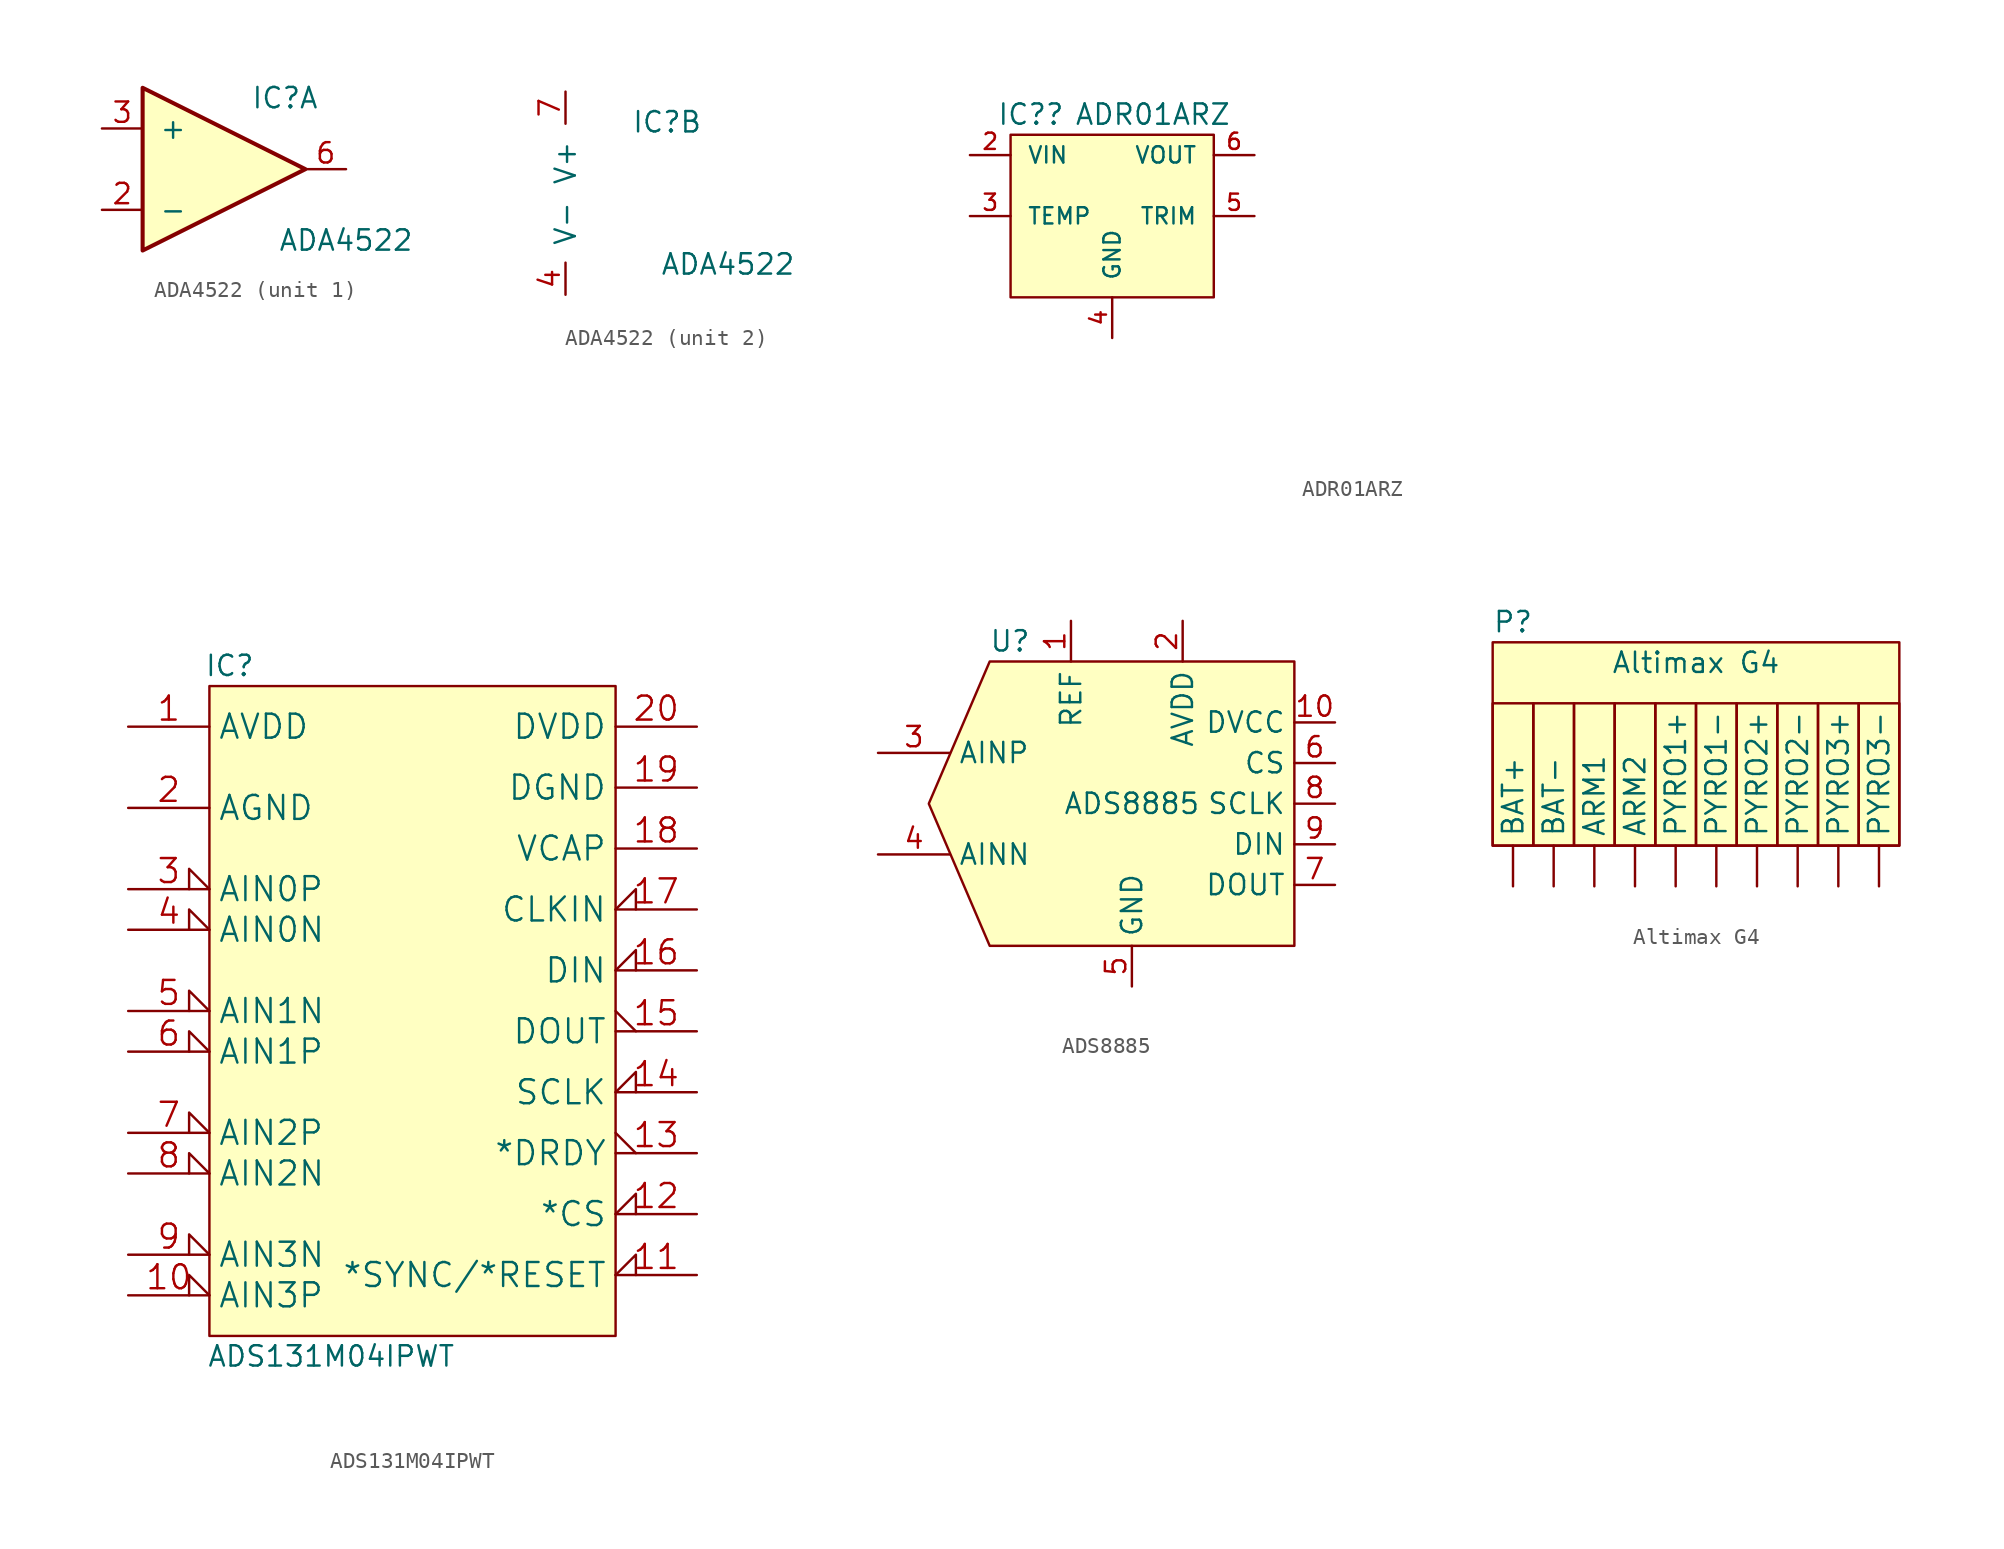
<source format=kicad_sym>
(kicad_symbol_lib
  (version 20220914)
  (generator kicad_symbol_editor)
  (symbol "ADA4522"
    (pin_names
      (offset 1.016))
    (property "Reference" "IC"
      (at 6.35 4.445 0)
      (effects (font (size 1.27 1.27))))
    (property "Value" "ADA4522"
      (at 10.16 -4.445 0)
      (effects (font (size 1.27 1.27))))
    (property "ki_locked" ""
      (at 0 0 0)
      (effects (font (size 1.27 1.27))))
    (symbol "ADA4522_1_1"
      (polyline (pts (xy -2.54 5.08) (xy 7.62 0) (xy -2.54 -5.08) (xy -2.54 5.08)) (stroke (width 0.254) (type default)) (fill (type background)))
      (pin no_connect line (at 0 2.54 270) (length 2.54) hide (name "NC" (effects (font (size 1.27 1.27)))) (number "1" (effects (font (size 1.27 1.27)))))
      (pin input line (at -5.08 -2.54 0) (length 2.54) (name "-" (effects (font (size 1.27 1.27)))) (number "2" (effects (font (size 1.27 1.27)))))
      (pin input line (at -5.08 2.54 0) (length 2.54) (name "+" (effects (font (size 1.27 1.27)))) (number "3" (effects (font (size 1.27 1.27)))))
      (pin no_connect line (at 2.54 2.54 270) (length 2.54) hide (name "NC" (effects (font (size 1.27 1.27)))) (number "5" (effects (font (size 1.27 1.27)))))
      (pin output line (at 10.16 0 180) (length 2.54) (name "~" (effects (font (size 1.27 1.27)))) (number "6" (effects (font (size 1.27 1.27)))))
      (pin no_connect line (at 2.54 -2.54 90) (length 2.54) hide (name "NC" (effects (font (size 1.27 1.27)))) (number "8" (effects (font (size 1.27 1.27))))))
    (symbol "ADA4522_2_1"
      (pin power_in line (at 0 -6.35 90) (length 2.007) (name "V-" (effects (font (size 1.27 1.27)))) (number "4" (effects (font (size 1.27 1.27)))))
      (pin power_in line (at 0 6.35 270) (length 2.007) (name "V+" (effects (font (size 1.27 1.27)))) (number "7" (effects (font (size 1.27 1.27)))))))
  (symbol "ADR01ARZ"
    (pin_names
      (offset 1.016))
    (property "Reference" "IC?"
      (at -5.08 6.35 0)
      (effects (font (size 1.27 1.27))))
    (property "Value" "ADR01ARZ"
      (at 2.54 6.35 0)
      (effects (font (size 1.27 1.27))))
    (property "ki_locked" ""
      (at 0 0 0)
      (effects (font (size 1.27 1.27))))
    (symbol "ADR01ARZ_0_0"
      (rectangle (start -6.35 5.08) (end 6.35 -5.08) (stroke (width 0) (type default)) (fill (type background)))
      (pin no_connect line (at 21.59 -11.43 0) (length 5.08) hide (name "NIC" (effects (font (size 1.016 1.016)))) (number "1" (effects (font (size 1.016 1.016)))))
      (pin input line (at -8.89 3.81 0) (length 2.54) (name "VIN" (effects (font (size 1.016 1.016)))) (number "2" (effects (font (size 1.016 1.016)))))
      (pin passive line (at -8.89 0 0) (length 2.54) (name "TEMP" (effects (font (size 1.016 1.016)))) (number "3" (effects (font (size 1.016 1.016)))))
      (pin passive line (at 0 -7.62 90) (length 2.54) (name "GND" (effects (font (size 1.016 1.016)))) (number "4" (effects (font (size 1.016 1.016)))))
      (pin passive line (at 8.89 0 180) (length 2.54) (name "TRIM" (effects (font (size 1.016 1.016)))) (number "5" (effects (font (size 1.016 1.016)))))
      (pin output line (at 8.89 3.81 180) (length 2.54) (name "VOUT" (effects (font (size 1.016 1.016)))) (number "6" (effects (font (size 1.016 1.016)))))
      (pin no_connect line (at 39.37 -13.97 180) (length 5.08) hide (name "NIC" (effects (font (size 1.016 1.016)))) (number "7" (effects (font (size 1.016 1.016)))))
      (pin no_connect line (at 39.37 -11.43 180) (length 5.08) hide (name "NIC" (effects (font (size 1.016 1.016)))) (number "8" (effects (font (size 1.016 1.016)))))))
  (symbol "ADS131M04IPWT"
    (property "Reference" "IC"
      (at -12.7 19.05 0)
      (effects (font (size 1.27 1.27))))
    (property "Value" "ADS131M04IPWT"
      (at -6.35 -24.13 0)
      (effects (font (size 1.27 1.27))))
    (symbol "ADS131M04IPWT_0_1"
      (rectangle (start -13.97 17.78) (end 11.43 -22.86) (stroke (width 0) (type default)) (fill (type background))))
    (symbol "ADS131M04IPWT_1_1"
      (pin power_in line (at -19.05 15.24 0) (length 5.08) (name "AVDD" (effects (font (size 1.499 1.499)))) (number "1" (effects (font (size 1.499 1.499)))))
      (pin input input_low (at -19.05 -20.32 0) (length 5.08) (name "AIN3P" (effects (font (size 1.499 1.499)))) (number "10" (effects (font (size 1.499 1.499)))))
      (pin input input_low (at 16.51 -19.05 180) (length 5.08) (name "*SYNC/*RESET" (effects (font (size 1.499 1.499)))) (number "11" (effects (font (size 1.499 1.499)))))
      (pin input input_low (at 16.51 -15.24 180) (length 5.08) (name "*CS" (effects (font (size 1.499 1.499)))) (number "12" (effects (font (size 1.499 1.499)))))
      (pin output output_low (at 16.51 -11.43 180) (length 5.08) (name "*DRDY" (effects (font (size 1.499 1.499)))) (number "13" (effects (font (size 1.499 1.499)))))
      (pin input input_low (at 16.51 -7.62 180) (length 5.08) (name "SCLK" (effects (font (size 1.499 1.499)))) (number "14" (effects (font (size 1.499 1.499)))))
      (pin output output_low (at 16.51 -3.81 180) (length 5.08) (name "DOUT" (effects (font (size 1.499 1.499)))) (number "15" (effects (font (size 1.499 1.499)))))
      (pin input input_low (at 16.51 0 180) (length 5.08) (name "DIN" (effects (font (size 1.499 1.499)))) (number "16" (effects (font (size 1.499 1.499)))))
      (pin input input_low (at 16.51 3.81 180) (length 5.08) (name "CLKIN" (effects (font (size 1.499 1.499)))) (number "17" (effects (font (size 1.499 1.499)))))
      (pin power_in line (at 16.51 7.62 180) (length 5.08) (name "VCAP" (effects (font (size 1.499 1.499)))) (number "18" (effects (font (size 1.499 1.499)))))
      (pin power_in line (at 16.51 11.43 180) (length 5.08) (name "DGND" (effects (font (size 1.499 1.499)))) (number "19" (effects (font (size 1.499 1.499)))))
      (pin power_in line (at -19.05 10.16 0) (length 5.08) (name "AGND" (effects (font (size 1.499 1.499)))) (number "2" (effects (font (size 1.499 1.499)))))
      (pin power_in line (at 16.51 15.24 180) (length 5.08) (name "DVDD" (effects (font (size 1.499 1.499)))) (number "20" (effects (font (size 1.499 1.499)))))
      (pin input input_low (at -19.05 5.08 0) (length 5.08) (name "AIN0P" (effects (font (size 1.499 1.499)))) (number "3" (effects (font (size 1.499 1.499)))))
      (pin input input_low (at -19.05 2.54 0) (length 5.08) (name "AIN0N" (effects (font (size 1.499 1.499)))) (number "4" (effects (font (size 1.499 1.499)))))
      (pin input input_low (at -19.05 -2.54 0) (length 5.08) (name "AIN1N" (effects (font (size 1.499 1.499)))) (number "5" (effects (font (size 1.499 1.499)))))
      (pin input input_low (at -19.05 -5.08 0) (length 5.08) (name "AIN1P" (effects (font (size 1.499 1.499)))) (number "6" (effects (font (size 1.499 1.499)))))
      (pin input input_low (at -19.05 -10.16 0) (length 5.08) (name "AIN2P" (effects (font (size 1.499 1.499)))) (number "7" (effects (font (size 1.499 1.499)))))
      (pin input input_low (at -19.05 -12.7 0) (length 5.08) (name "AIN2N" (effects (font (size 1.499 1.499)))) (number "8" (effects (font (size 1.499 1.499)))))
      (pin input input_low (at -19.05 -17.78 0) (length 5.08) (name "AIN3N" (effects (font (size 1.499 1.499)))) (number "9" (effects (font (size 1.499 1.499)))))))
  (symbol "ADS8885"
    (property "Reference" "U"
      (at -7.62 10.16 0)
      (effects (font (size 1.27 1.27))))
    (property "Value" "ADS8885"
      (at 0 0 0)
      (effects (font (size 1.27 1.27))))
    (symbol "ADS8885_0_1"
      (polyline (pts (xy -12.7 0) (xy -8.89 8.89) (xy 10.16 8.89) (xy 10.16 -8.89) (xy -8.89 -8.89) (xy -12.7 0)) (stroke (width 0) (type default)) (fill (type background))))
    (symbol "ADS8885_1_1"
      (pin power_in line (at -3.81 11.43 270) (length 2.54) (name "REF" (effects (font (size 1.27 1.27)))) (number "1" (effects (font (size 1.27 1.27)))))
      (pin power_in line (at 12.7 5.08 180) (length 2.54) (name "DVCC" (effects (font (size 1.27 1.27)))) (number "10" (effects (font (size 1.27 1.27)))))
      (pin power_in line (at 3.175 11.43 270) (length 2.54) (name "AVDD" (effects (font (size 1.27 1.27)))) (number "2" (effects (font (size 1.27 1.27)))))
      (pin input line (at -15.875 3.175 0) (length 4.5) (name "AINP" (effects (font (size 1.27 1.27)))) (number "3" (effects (font (size 1.27 1.27)))))
      (pin input line (at -15.875 -3.175 0) (length 4.5) (name "AINN" (effects (font (size 1.27 1.27)))) (number "4" (effects (font (size 1.27 1.27)))))
      (pin power_in line (at 0 -11.43 90) (length 2.54) (name "GND" (effects (font (size 1.27 1.27)))) (number "5" (effects (font (size 1.27 1.27)))))
      (pin output line (at 12.7 2.54 180) (length 2.54) (name "CS" (effects (font (size 1.27 1.27)))) (number "6" (effects (font (size 1.27 1.27)))))
      (pin output line (at 12.7 -5.08 180) (length 2.54) (name "DOUT" (effects (font (size 1.27 1.27)))) (number "7" (effects (font (size 1.27 1.27)))))
      (pin output line (at 12.7 0 180) (length 2.54) (name "SCLK" (effects (font (size 1.27 1.27)))) (number "8" (effects (font (size 1.27 1.27)))))
      (pin input line (at 12.7 -2.54 180) (length 2.54) (name "DIN" (effects (font (size 1.27 1.27)))) (number "9" (effects (font (size 1.27 1.27)))))))
  (symbol "Altimax G4"
    (property "Reference" "P"
      (at -11.43 10.16 0)
      (effects (font (size 1.27 1.27))))
    (property "Value" "Altimax G4"
      (at 0 7.62 0)
      (effects (font (size 1.27 1.27))))
    (symbol "Altimax G4_0_1"
      (rectangle (start -12.7 8.89) (end 12.7 -3.81) (stroke (width 0) (type default)) (fill (type background)))
      (rectangle (start -10.16 -3.81) (end -12.7 5.08) (stroke (width 0) (type default)) (fill (type none)))
      (rectangle (start -7.62 -3.81) (end -10.16 5.08) (stroke (width 0) (type default)) (fill (type none)))
      (rectangle (start -5.08 -3.81) (end -7.62 5.08) (stroke (width 0) (type default)) (fill (type none)))
      (rectangle (start -2.54 -3.81) (end -5.08 5.08) (stroke (width 0) (type default)) (fill (type none)))
      (rectangle (start 0 -3.81) (end -2.54 5.08) (stroke (width 0) (type default)) (fill (type none)))
      (rectangle (start 2.54 -3.81) (end 0 5.08) (stroke (width 0) (type default)) (fill (type none)))
      (rectangle (start 5.08 -3.81) (end 2.54 5.08) (stroke (width 0) (type default)) (fill (type none)))
      (rectangle (start 7.62 -3.81) (end 5.08 5.08) (stroke (width 0) (type default)) (fill (type none)))
      (rectangle (start 10.16 -3.81) (end 7.62 5.08) (stroke (width 0) (type default)) (fill (type none)))
      (rectangle (start 12.7 -3.81) (end 10.16 5.08) (stroke (width 0) (type default)) (fill (type none))))
    (symbol "Altimax G4_1_1"
      (pin power_in line (at -6.35 -6.35 90) (length 2.54) (name "ARM1" (effects (font (size 1.27 1.27)))) (number "" (effects (font (size 1.27 1.27)))))
      (pin power_in line (at -3.81 -6.35 90) (length 2.54) (name "ARM2" (effects (font (size 1.27 1.27)))) (number "" (effects (font (size 1.27 1.27)))))
      (pin power_in line (at -11.43 -6.35 90) (length 2.54) (name "BAT+" (effects (font (size 1.27 1.27)))) (number "" (effects (font (size 1.27 1.27)))))
      (pin power_in line (at -8.89 -6.35 90) (length 2.54) (name "BAT-" (effects (font (size 1.27 1.27)))) (number "" (effects (font (size 1.27 1.27)))))
      (pin power_in line (at -1.27 -6.35 90) (length 2.54) (name "PYRO1+" (effects (font (size 1.27 1.27)))) (number "" (effects (font (size 1.27 1.27)))))
      (pin power_in line (at 1.27 -6.35 90) (length 2.54) (name "PYRO1-" (effects (font (size 1.27 1.27)))) (number "" (effects (font (size 1.27 1.27)))))
      (pin power_in line (at 3.81 -6.35 90) (length 2.54) (name "PYRO2+" (effects (font (size 1.27 1.27)))) (number "" (effects (font (size 1.27 1.27)))))
      (pin power_in line (at 6.35 -6.35 90) (length 2.54) (name "PYRO2-" (effects (font (size 1.27 1.27)))) (number "" (effects (font (size 1.27 1.27)))))
      (pin power_in line (at 8.89 -6.35 90) (length 2.54) (name "PYRO3+" (effects (font (size 1.27 1.27)))) (number "" (effects (font (size 1.27 1.27)))))
      (pin power_in line (at 11.43 -6.35 90) (length 2.54) (name "PYRO3-" (effects (font (size 1.27 1.27)))) (number "" (effects (font (size 1.27 1.27))))))))
</source>
